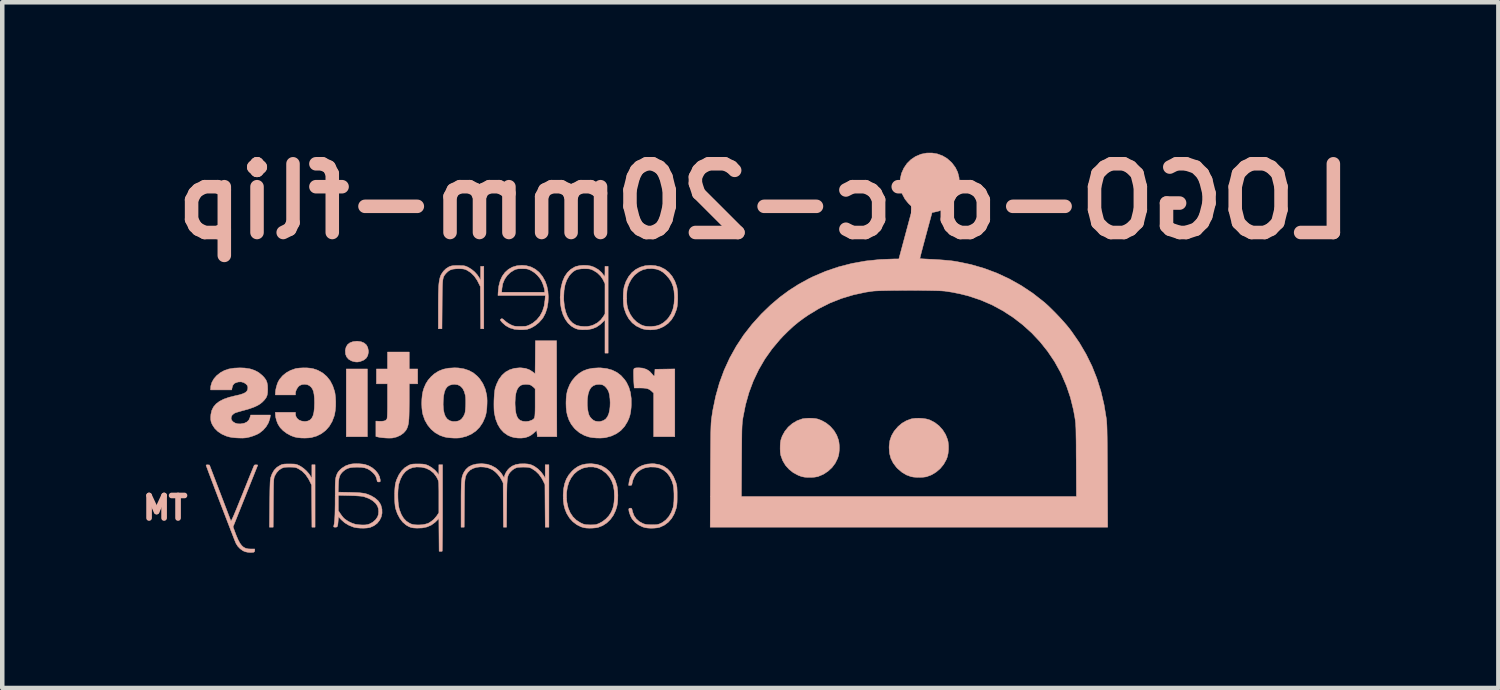
<source format=kicad_pcb>
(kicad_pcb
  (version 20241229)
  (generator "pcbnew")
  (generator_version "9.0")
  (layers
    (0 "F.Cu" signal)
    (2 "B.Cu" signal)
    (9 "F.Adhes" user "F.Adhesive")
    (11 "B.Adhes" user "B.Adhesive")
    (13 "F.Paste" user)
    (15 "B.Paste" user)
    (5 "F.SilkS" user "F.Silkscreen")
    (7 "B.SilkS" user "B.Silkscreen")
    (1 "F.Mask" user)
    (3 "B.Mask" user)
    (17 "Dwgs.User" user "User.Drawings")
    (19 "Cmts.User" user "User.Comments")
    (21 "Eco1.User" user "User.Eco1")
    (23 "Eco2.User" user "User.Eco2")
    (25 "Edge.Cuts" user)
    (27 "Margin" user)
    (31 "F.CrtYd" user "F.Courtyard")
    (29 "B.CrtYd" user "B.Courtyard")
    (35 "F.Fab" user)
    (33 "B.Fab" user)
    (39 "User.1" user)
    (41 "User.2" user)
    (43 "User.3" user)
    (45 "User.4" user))
  (footprint "LOGO-orc-20mm-flip"
    (layer "F.Cu")
    (at 11.614 4.466)
    (property "Reference" "LOGO-orc-20mm-flip" (at 2.286 -3.048 0) (layer "B.SilkS") (effects (font (size 1.524 1.524) (thickness 0.3)) (justify mirror)))
    (attr through_hole)
    (fp_poly (pts (xy -6.983 2.171) (xy -6.514 2.171) (xy -6.514 0.669) (xy -6.983 0.669) (xy -6.983 2.171)) (stroke (width 0.01) (type solid)) (fill yes) (layer "B.SilkS"))
    (fp_poly (pts (xy -6.832 0.062) (xy -6.901 0.087) (xy -6.953 0.127) (xy -6.987 0.184) (xy -7.004 0.254) (xy -7.004 0.264) (xy -6.999 0.339) (xy -6.974 0.402) (xy -6.93 0.453) (xy -6.868 0.489) (xy -6.819 0.504) (xy -6.772 0.513) (xy -6.734 0.514) (xy -6.694 0.508) (xy -6.665 0.5) (xy -6.594 0.471) (xy -6.54 0.428) (xy -6.507 0.372) (xy -6.492 0.302) (xy -6.492 0.264) (xy -6.507 0.191) (xy -6.539 0.133) (xy -6.589 0.091) (xy -6.655 0.064) (xy -6.738 0.053) (xy -6.748 0.053) (xy -6.832 0.062)) (stroke (width 0.01) (type solid)) (fill yes) (layer "B.SilkS"))
    (fp_poly (pts (xy -0.544 0.644) (xy -0.579 0.649) (xy -0.599 0.661) (xy -0.608 0.686) (xy -0.61 0.726) (xy -0.61 0.761) (xy -0.609 0.822) (xy -0.607 0.893) (xy -0.604 0.962) (xy -0.603 0.977) (xy -0.595 1.091) (xy -0.475 1.09) (xy -0.396 1.092) (xy -0.334 1.098) (xy -0.286 1.111) (xy -0.247 1.131) (xy -0.211 1.16) (xy -0.164 1.205) (xy -0.164 2.171) (xy 0.305 2.171) (xy 0.305 0.668) (xy -0.135 0.675) (xy -0.139 0.745) (xy -0.142 0.784) (xy -0.147 0.814) (xy -0.151 0.825) (xy -0.163 0.822) (xy -0.181 0.803) (xy -0.192 0.788) (xy -0.251 0.724) (xy -0.323 0.677) (xy -0.407 0.65) (xy -0.49 0.643) (xy -0.544 0.644)) (stroke (width 0.01) (type solid)) (fill yes) (layer "B.SilkS"))
    (fp_poly (pts (xy -6.068 0.669) (xy -6.314 0.669) (xy -6.314 0.998) (xy -6.068 0.998) (xy -6.068 1.373) (xy -6.068 1.497) (xy -6.069 1.598) (xy -6.071 1.676) (xy -6.074 1.732) (xy -6.078 1.766) (xy -6.081 1.777) (xy -6.103 1.805) (xy -6.141 1.822) (xy -6.196 1.829) (xy -6.243 1.829) (xy -6.326 1.825) (xy -6.326 2.167) (xy -6.264 2.181) (xy -6.22 2.189) (xy -6.162 2.195) (xy -6.098 2.2) (xy -6.037 2.202) (xy -5.985 2.201) (xy -5.956 2.199) (xy -5.863 2.176) (xy -5.78 2.138) (xy -5.711 2.088) (xy -5.658 2.027) (xy -5.636 1.986) (xy -5.623 1.953) (xy -5.613 1.918) (xy -5.604 1.877) (xy -5.598 1.828) (xy -5.593 1.769) (xy -5.59 1.696) (xy -5.588 1.608) (xy -5.587 1.501) (xy -5.586 1.388) (xy -5.586 0.998) (xy -5.399 0.998) (xy -5.399 0.669) (xy -5.586 0.669) (xy -5.586 0.293) (xy -6.068 0.293) (xy -6.068 0.669)) (stroke (width 0.01) (type solid)) (fill yes) (layer "B.SilkS"))
    (fp_poly (pts (xy 5.64 1.763) (xy 5.57 1.772) (xy 5.544 1.778) (xy 5.438 1.818) (xy 5.344 1.873) (xy 5.257 1.947) (xy 5.252 1.953) (xy 5.171 2.048) (xy 5.113 2.148) (xy 5.076 2.256) (xy 5.06 2.374) (xy 5.059 2.418) (xy 5.068 2.54) (xy 5.098 2.652) (xy 5.149 2.754) (xy 5.221 2.85) (xy 5.252 2.882) (xy 5.346 2.962) (xy 5.446 3.021) (xy 5.546 3.057) (xy 5.603 3.067) (xy 5.673 3.072) (xy 5.749 3.073) (xy 5.821 3.069) (xy 5.881 3.061) (xy 5.895 3.057) (xy 6.003 3.016) (xy 6.104 2.954) (xy 6.194 2.876) (xy 6.269 2.784) (xy 6.326 2.682) (xy 6.35 2.62) (xy 6.367 2.544) (xy 6.376 2.456) (xy 6.376 2.366) (xy 6.367 2.282) (xy 6.356 2.236) (xy 6.312 2.124) (xy 6.248 2.022) (xy 6.168 1.932) (xy 6.073 1.858) (xy 5.968 1.803) (xy 5.944 1.794) (xy 5.881 1.777) (xy 5.803 1.766) (xy 5.72 1.761) (xy 5.64 1.763)) (stroke (width 0.01) (type solid)) (fill yes) (layer "B.SilkS"))
    (fp_poly (pts (xy 3.203 1.765) (xy 3.141 1.773) (xy 3.127 1.777) (xy 3.014 1.818) (xy 2.911 1.88) (xy 2.821 1.958) (xy 2.746 2.051) (xy 2.688 2.156) (xy 2.657 2.245) (xy 2.648 2.298) (xy 2.643 2.367) (xy 2.642 2.441) (xy 2.645 2.512) (xy 2.653 2.572) (xy 2.657 2.589) (xy 2.699 2.703) (xy 2.761 2.807) (xy 2.841 2.896) (xy 2.936 2.971) (xy 3.046 3.029) (xy 3.121 3.056) (xy 3.181 3.068) (xy 3.254 3.074) (xy 3.333 3.074) (xy 3.409 3.068) (xy 3.472 3.057) (xy 3.486 3.053) (xy 3.6 3.005) (xy 3.702 2.938) (xy 3.791 2.856) (xy 3.863 2.76) (xy 3.916 2.653) (xy 3.938 2.585) (xy 3.946 2.54) (xy 3.952 2.483) (xy 3.955 2.425) (xy 3.955 2.418) (xy 3.953 2.361) (xy 3.947 2.303) (xy 3.939 2.255) (xy 3.938 2.25) (xy 3.897 2.138) (xy 3.836 2.035) (xy 3.757 1.945) (xy 3.664 1.869) (xy 3.558 1.81) (xy 3.475 1.779) (xy 3.42 1.768) (xy 3.351 1.762) (xy 3.275 1.761) (xy 3.203 1.765)) (stroke (width 0.01) (type solid)) (fill yes) (layer "B.SilkS"))
    (fp_poly (pts (xy -4.564 -1.625) (xy -4.61 -1.623) (xy -4.644 -1.618) (xy -4.674 -1.61) (xy -4.703 -1.598) (xy -4.77 -1.556) (xy -4.829 -1.498) (xy -4.875 -1.43) (xy -4.892 -1.394) (xy -4.903 -1.359) (xy -4.913 -1.32) (xy -4.921 -1.275) (xy -4.928 -1.222) (xy -4.933 -1.158) (xy -4.936 -1.08) (xy -4.939 -0.988) (xy -4.94 -0.878) (xy -4.941 -0.748) (xy -4.941 -0.678) (xy -4.941 -0.223) (xy -4.86 -0.223) (xy -4.856 -0.76) (xy -4.855 -0.894) (xy -4.854 -1.006) (xy -4.852 -1.099) (xy -4.85 -1.176) (xy -4.847 -1.238) (xy -4.843 -1.287) (xy -4.837 -1.326) (xy -4.83 -1.357) (xy -4.82 -1.382) (xy -4.809 -1.404) (xy -4.794 -1.424) (xy -4.777 -1.445) (xy -4.77 -1.453) (xy -4.726 -1.496) (xy -4.679 -1.526) (xy -4.623 -1.545) (xy -4.553 -1.553) (xy -4.495 -1.555) (xy -4.437 -1.554) (xy -4.395 -1.551) (xy -4.363 -1.545) (xy -4.333 -1.535) (xy -4.303 -1.521) (xy -4.219 -1.467) (xy -4.143 -1.392) (xy -4.079 -1.299) (xy -4.059 -1.26) (xy -4.008 -1.158) (xy -4.004 -0.69) (xy -4.001 -0.223) (xy -3.932 -0.223) (xy -3.932 -1.608) (xy -4.002 -1.608) (xy -4.003 -1.452) (xy -4.003 -1.297) (xy -4.033 -1.355) (xy -4.077 -1.42) (xy -4.136 -1.485) (xy -4.205 -1.542) (xy -4.275 -1.585) (xy -4.28 -1.588) (xy -4.316 -1.604) (xy -4.345 -1.615) (xy -4.374 -1.621) (xy -4.411 -1.624) (xy -4.46 -1.625) (xy -4.501 -1.625) (xy -4.564 -1.625)) (stroke (width 0.01) (type solid)) (fill yes) (layer "B.SilkS"))
    (fp_poly (pts (xy -8.308 2.776) (xy -8.354 2.778) (xy -8.388 2.783) (xy -8.417 2.791) (xy -8.444 2.803) (xy -8.521 2.85) (xy -8.582 2.913) (xy -8.629 2.995) (xy -8.656 3.069) (xy -8.661 3.089) (xy -8.665 3.113) (xy -8.669 3.143) (xy -8.672 3.182) (xy -8.674 3.232) (xy -8.676 3.295) (xy -8.678 3.373) (xy -8.679 3.469) (xy -8.681 3.584) (xy -8.682 3.659) (xy -8.687 4.178) (xy -8.604 4.178) (xy -8.6 3.641) (xy -8.599 3.514) (xy -8.598 3.408) (xy -8.597 3.322) (xy -8.596 3.252) (xy -8.594 3.196) (xy -8.592 3.153) (xy -8.59 3.12) (xy -8.586 3.095) (xy -8.583 3.076) (xy -8.578 3.06) (xy -8.573 3.047) (xy -8.531 2.972) (xy -8.475 2.911) (xy -8.418 2.873) (xy -8.388 2.861) (xy -8.358 2.852) (xy -8.322 2.848) (xy -8.272 2.846) (xy -8.239 2.846) (xy -8.181 2.847) (xy -8.14 2.849) (xy -8.108 2.855) (xy -8.078 2.865) (xy -8.047 2.88) (xy -7.962 2.934) (xy -7.886 3.01) (xy -7.822 3.104) (xy -7.802 3.141) (xy -7.752 3.243) (xy -7.748 3.711) (xy -7.745 4.178) (xy -7.675 4.178) (xy -7.675 2.793) (xy -7.746 2.793) (xy -7.746 2.949) (xy -7.746 3.104) (xy -7.772 3.052) (xy -7.811 2.993) (xy -7.865 2.932) (xy -7.928 2.875) (xy -7.993 2.83) (xy -8.023 2.814) (xy -8.059 2.797) (xy -8.088 2.787) (xy -8.118 2.78) (xy -8.154 2.777) (xy -8.203 2.776) (xy -8.245 2.776) (xy -8.308 2.776)) (stroke (width 0.01) (type solid)) (fill yes) (layer "B.SilkS"))
    (fp_poly (pts (xy -9.009 2.796) (xy -9.025 2.804) (xy -9.03 2.817) (xy -9.044 2.85) (xy -9.065 2.901) (xy -9.092 2.967) (xy -9.125 3.047) (xy -9.162 3.139) (xy -9.203 3.242) (xy -9.248 3.352) (xy -9.283 3.441) (xy -9.338 3.575) (xy -9.384 3.689) (xy -9.423 3.785) (xy -9.455 3.862) (xy -9.481 3.924) (xy -9.502 3.97) (xy -9.518 4.004) (xy -9.529 4.026) (xy -9.537 4.037) (xy -9.542 4.039) (xy -9.544 4.036) (xy -9.55 4.02) (xy -9.564 3.984) (xy -9.584 3.931) (xy -9.611 3.861) (xy -9.642 3.779) (xy -9.678 3.685) (xy -9.718 3.581) (xy -9.76 3.471) (xy -9.786 3.403) (xy -10.017 2.799) (xy -10.055 2.795) (xy -10.081 2.796) (xy -10.093 2.802) (xy -10.093 2.803) (xy -10.089 2.816) (xy -10.077 2.849) (xy -10.058 2.9) (xy -10.034 2.967) (xy -10.003 3.047) (xy -9.969 3.139) (xy -9.93 3.241) (xy -9.889 3.35) (xy -9.845 3.465) (xy -9.8 3.583) (xy -9.754 3.703) (xy -9.708 3.823) (xy -9.663 3.939) (xy -9.62 4.051) (xy -9.579 4.157) (xy -9.542 4.254) (xy -9.508 4.34) (xy -9.48 4.413) (xy -9.457 4.472) (xy -9.44 4.513) (xy -9.43 4.536) (xy -9.43 4.537) (xy -9.389 4.602) (xy -9.335 4.658) (xy -9.273 4.702) (xy -9.224 4.723) (xy -9.166 4.735) (xy -9.104 4.74) (xy -9.049 4.736) (xy -9.034 4.733) (xy -9.017 4.718) (xy -9.013 4.695) (xy -9.013 4.662) (xy -9.098 4.662) (xy -9.161 4.659) (xy -9.215 4.646) (xy -9.262 4.622) (xy -9.304 4.584) (xy -9.343 4.531) (xy -9.381 4.46) (xy -9.42 4.37) (xy -9.448 4.297) (xy -9.494 4.171) (xy -8.945 2.799) (xy -8.981 2.795) (xy -9.009 2.796)) (stroke (width 0.01) (type solid)) (fill yes) (layer "B.SilkS"))
    (fp_poly (pts (xy -8.014 0.648) (xy -8.084 0.656) (xy -8.115 0.663) (xy -8.219 0.7) (xy -8.313 0.752) (xy -8.394 0.818) (xy -8.459 0.894) (xy -8.495 0.955) (xy -8.517 1.012) (xy -8.536 1.077) (xy -8.55 1.143) (xy -8.555 1.197) (xy -8.555 1.2) (xy -8.556 1.244) (xy -8.11 1.244) (xy -8.11 1.205) (xy -8.101 1.157) (xy -8.077 1.105) (xy -8.044 1.059) (xy -8.017 1.036) (xy -7.967 1.015) (xy -7.908 1.008) (xy -7.849 1.016) (xy -7.804 1.036) (xy -7.764 1.069) (xy -7.734 1.11) (xy -7.712 1.163) (xy -7.698 1.23) (xy -7.69 1.314) (xy -7.687 1.418) (xy -7.687 1.42) (xy -7.691 1.535) (xy -7.701 1.629) (xy -7.72 1.704) (xy -7.748 1.76) (xy -7.785 1.799) (xy -7.833 1.823) (xy -7.892 1.833) (xy -7.91 1.833) (xy -7.976 1.824) (xy -8.033 1.8) (xy -8.076 1.762) (xy -8.103 1.714) (xy -8.11 1.671) (xy -8.11 1.631) (xy -8.556 1.631) (xy -8.555 1.675) (xy -8.549 1.735) (xy -8.532 1.805) (xy -8.506 1.874) (xy -8.495 1.897) (xy -8.449 1.969) (xy -8.383 2.037) (xy -8.303 2.097) (xy -8.213 2.146) (xy -8.133 2.176) (xy -8.067 2.19) (xy -7.986 2.199) (xy -7.901 2.201) (xy -7.818 2.197) (xy -7.76 2.19) (xy -7.64 2.156) (xy -7.533 2.102) (xy -7.439 2.03) (xy -7.361 1.942) (xy -7.298 1.836) (xy -7.252 1.716) (xy -7.241 1.675) (xy -7.227 1.592) (xy -7.218 1.496) (xy -7.217 1.394) (xy -7.222 1.295) (xy -7.233 1.206) (xy -7.241 1.167) (xy -7.284 1.039) (xy -7.342 0.928) (xy -7.417 0.834) (xy -7.506 0.758) (xy -7.611 0.699) (xy -7.716 0.663) (xy -7.777 0.652) (xy -7.852 0.645) (xy -7.934 0.644) (xy -8.014 0.648)) (stroke (width 0.01) (type solid)) (fill yes) (layer "B.SilkS"))
    (fp_poly (pts (xy -2.79 0.408) (xy -2.794 0.774) (xy -2.854 0.728) (xy -2.928 0.683) (xy -3.01 0.655) (xy -3.104 0.644) (xy -3.138 0.643) (xy -3.254 0.654) (xy -3.358 0.686) (xy -3.45 0.737) (xy -3.529 0.808) (xy -3.596 0.898) (xy -3.649 1.008) (xy -3.68 1.099) (xy -3.689 1.146) (xy -3.696 1.21) (xy -3.702 1.287) (xy -3.706 1.37) (xy -3.707 1.454) (xy -3.706 1.534) (xy -3.703 1.603) (xy -3.697 1.652) (xy -3.667 1.784) (xy -3.622 1.899) (xy -3.563 1.997) (xy -3.49 2.076) (xy -3.404 2.137) (xy -3.325 2.172) (xy -3.255 2.19) (xy -3.177 2.2) (xy -3.099 2.201) (xy -3.03 2.194) (xy -3.007 2.189) (xy -2.941 2.167) (xy -2.888 2.139) (xy -2.837 2.101) (xy -2.816 2.081) (xy -2.759 2.028) (xy -2.751 2.1) (xy -2.743 2.171) (xy -2.312 2.171) (xy -2.315 1.108) (xy -2.793 1.108) (xy -2.793 1.42) (xy -2.793 1.519) (xy -2.794 1.597) (xy -2.796 1.657) (xy -2.799 1.703) (xy -2.805 1.736) (xy -2.813 1.759) (xy -2.824 1.775) (xy -2.84 1.788) (xy -2.859 1.8) (xy -2.867 1.804) (xy -2.93 1.827) (xy -2.999 1.835) (xy -3.067 1.829) (xy -3.124 1.809) (xy -3.128 1.806) (xy -3.167 1.773) (xy -3.196 1.723) (xy -3.218 1.655) (xy -3.232 1.568) (xy -3.238 1.461) (xy -3.239 1.414) (xy -3.233 1.298) (xy -3.218 1.2) (xy -3.192 1.123) (xy -3.155 1.066) (xy -3.109 1.03) (xy -3.106 1.029) (xy -3.063 1.016) (xy -3.007 1.01) (xy -2.951 1.012) (xy -2.904 1.021) (xy -2.903 1.022) (xy -2.873 1.038) (xy -2.84 1.063) (xy -2.831 1.071) (xy -2.793 1.108) (xy -2.315 1.108) (xy -2.315 1.106) (xy -2.318 0.041) (xy -2.787 0.041) (xy -2.79 0.408)) (stroke (width 0.01) (type solid)) (fill yes) (layer "B.SilkS"))
    (fp_poly (pts (xy -4.715 0.651) (xy -4.832 0.675) (xy -4.936 0.717) (xy -5.03 0.777) (xy -5.099 0.838) (xy -5.167 0.916) (xy -5.219 0.999) (xy -5.26 1.094) (xy -5.283 1.17) (xy -5.297 1.247) (xy -5.306 1.339) (xy -5.309 1.438) (xy -5.305 1.535) (xy -5.295 1.623) (xy -5.283 1.68) (xy -5.24 1.803) (xy -5.178 1.912) (xy -5.101 2.005) (xy -5.009 2.083) (xy -4.904 2.142) (xy -4.806 2.176) (xy -4.747 2.188) (xy -4.675 2.196) (xy -4.597 2.201) (xy -4.523 2.201) (xy -4.461 2.197) (xy -4.452 2.195) (xy -4.324 2.164) (xy -4.21 2.114) (xy -4.11 2.046) (xy -4.025 1.96) (xy -3.956 1.857) (xy -3.904 1.739) (xy -3.885 1.673) (xy -3.874 1.614) (xy -3.865 1.54) (xy -3.861 1.458) (xy -3.86 1.43) (xy -4.333 1.43) (xy -4.335 1.501) (xy -4.34 1.568) (xy -4.346 1.623) (xy -4.353 1.656) (xy -4.38 1.716) (xy -4.418 1.77) (xy -4.45 1.799) (xy -4.499 1.823) (xy -4.56 1.834) (xy -4.624 1.833) (xy -4.682 1.818) (xy -4.694 1.813) (xy -4.744 1.777) (xy -4.783 1.725) (xy -4.81 1.655) (xy -4.827 1.568) (xy -4.834 1.46) (xy -4.832 1.376) (xy -4.823 1.268) (xy -4.806 1.18) (xy -4.779 1.112) (xy -4.741 1.062) (xy -4.692 1.03) (xy -4.631 1.013) (xy -4.581 1.009) (xy -4.509 1.019) (xy -4.449 1.05) (xy -4.401 1.1) (xy -4.365 1.171) (xy -4.342 1.253) (xy -4.336 1.299) (xy -4.333 1.36) (xy -4.333 1.43) (xy -3.86 1.43) (xy -3.859 1.377) (xy -3.862 1.303) (xy -3.868 1.248) (xy -3.901 1.113) (xy -3.953 0.993) (xy -4.022 0.889) (xy -4.072 0.833) (xy -4.161 0.758) (xy -4.261 0.703) (xy -4.372 0.666) (xy -4.497 0.646) (xy -4.583 0.643) (xy -4.715 0.651)) (stroke (width 0.01) (type solid)) (fill yes) (layer "B.SilkS"))
    (fp_poly (pts (xy -1.807 -1.624) (xy -1.884 -1.606) (xy -1.915 -1.594) (xy -2.004 -1.54) (xy -2.079 -1.468) (xy -2.14 -1.378) (xy -2.186 -1.269) (xy -2.218 -1.141) (xy -2.23 -1.056) (xy -2.238 -0.912) (xy -2.231 -0.776) (xy -2.21 -0.65) (xy -2.174 -0.535) (xy -2.125 -0.435) (xy -2.064 -0.35) (xy -1.99 -0.282) (xy -1.928 -0.244) (xy -1.885 -0.225) (xy -1.847 -0.213) (xy -1.805 -0.206) (xy -1.75 -0.202) (xy -1.743 -0.202) (xy -1.626 -0.204) (xy -1.524 -0.224) (xy -1.433 -0.261) (xy -1.351 -0.317) (xy -1.312 -0.353) (xy -1.244 -0.421) (xy -1.244 0.317) (xy -1.174 0.317) (xy -1.174 -1.223) (xy -1.244 -1.223) (xy -1.244 -0.89) (xy -1.244 -0.557) (xy -1.278 -0.498) (xy -1.337 -0.42) (xy -1.412 -0.355) (xy -1.502 -0.307) (xy -1.567 -0.286) (xy -1.632 -0.275) (xy -1.706 -0.273) (xy -1.782 -0.279) (xy -1.85 -0.292) (xy -1.886 -0.304) (xy -1.962 -0.35) (xy -2.026 -0.415) (xy -2.078 -0.5) (xy -2.117 -0.602) (xy -2.144 -0.72) (xy -2.158 -0.855) (xy -2.159 -0.928) (xy -2.152 -1.071) (xy -2.13 -1.196) (xy -2.092 -1.304) (xy -2.039 -1.396) (xy -2.001 -1.442) (xy -1.95 -1.49) (xy -1.898 -1.523) (xy -1.839 -1.543) (xy -1.766 -1.553) (xy -1.702 -1.555) (xy -1.644 -1.554) (xy -1.603 -1.552) (xy -1.57 -1.546) (xy -1.539 -1.535) (xy -1.502 -1.519) (xy -1.415 -1.465) (xy -1.342 -1.394) (xy -1.285 -1.309) (xy -1.28 -1.297) (xy -1.244 -1.223) (xy -1.174 -1.223) (xy -1.174 -1.608) (xy -1.244 -1.608) (xy -1.244 -1.488) (xy -1.245 -1.434) (xy -1.247 -1.401) (xy -1.25 -1.386) (xy -1.255 -1.385) (xy -1.259 -1.391) (xy -1.319 -1.471) (xy -1.395 -1.538) (xy -1.484 -1.589) (xy -1.553 -1.614) (xy -1.634 -1.628) (xy -1.721 -1.631) (xy -1.807 -1.624)) (stroke (width 0.01) (type solid)) (fill yes) (layer "B.SilkS"))
    (fp_poly (pts (xy -1.516 0.652) (xy -1.632 0.675) (xy -1.734 0.715) (xy -1.825 0.772) (xy -1.905 0.845) (xy -1.972 0.925) (xy -2.023 1.01) (xy -2.063 1.106) (xy -2.08 1.158) (xy -2.096 1.236) (xy -2.105 1.328) (xy -2.108 1.427) (xy -2.105 1.527) (xy -2.095 1.618) (xy -2.079 1.695) (xy -2.079 1.695) (xy -2.041 1.804) (xy -1.991 1.897) (xy -1.926 1.98) (xy -1.901 2.006) (xy -1.807 2.085) (xy -1.701 2.143) (xy -1.602 2.177) (xy -1.527 2.191) (xy -1.44 2.199) (xy -1.35 2.201) (xy -1.267 2.196) (xy -1.226 2.19) (xy -1.099 2.155) (xy -0.987 2.102) (xy -0.891 2.032) (xy -0.811 1.945) (xy -0.747 1.84) (xy -0.745 1.837) (xy -0.712 1.763) (xy -0.689 1.692) (xy -0.674 1.617) (xy -0.664 1.529) (xy -0.661 1.466) (xy -0.661 1.418) (xy -1.129 1.418) (xy -1.132 1.504) (xy -1.138 1.563) (xy -1.157 1.654) (xy -1.187 1.726) (xy -1.228 1.779) (xy -1.282 1.814) (xy -1.338 1.831) (xy -1.37 1.836) (xy -1.401 1.835) (xy -1.441 1.829) (xy -1.461 1.825) (xy -1.498 1.808) (xy -1.537 1.776) (xy -1.573 1.735) (xy -1.598 1.692) (xy -1.615 1.636) (xy -1.628 1.562) (xy -1.636 1.48) (xy -1.637 1.394) (xy -1.632 1.317) (xy -1.616 1.217) (xy -1.589 1.138) (xy -1.551 1.078) (xy -1.501 1.038) (xy -1.44 1.016) (xy -1.408 1.012) (xy -1.362 1.011) (xy -1.318 1.016) (xy -1.298 1.021) (xy -1.254 1.046) (xy -1.212 1.088) (xy -1.177 1.142) (xy -1.158 1.186) (xy -1.143 1.251) (xy -1.133 1.331) (xy -1.129 1.418) (xy -0.661 1.418) (xy -0.662 1.32) (xy -0.68 1.189) (xy -0.715 1.072) (xy -0.767 0.965) (xy -0.809 0.904) (xy -0.889 0.814) (xy -0.981 0.744) (xy -1.086 0.693) (xy -1.204 0.66) (xy -1.336 0.645) (xy -1.385 0.644) (xy -1.516 0.652)) (stroke (width 0.01) (type solid)) (fill yes) (layer "B.SilkS"))
    (fp_poly (pts (xy -1.667 2.776) (xy -1.759 2.796) (xy -1.841 2.831) (xy -1.918 2.883) (xy -1.975 2.935) (xy -2.046 3.018) (xy -2.1 3.109) (xy -2.138 3.212) (xy -2.162 3.328) (xy -2.171 3.461) (xy -2.171 3.486) (xy -2.167 3.597) (xy -2.154 3.692) (xy -2.131 3.779) (xy -2.097 3.864) (xy -2.089 3.88) (xy -2.031 3.974) (xy -1.957 4.056) (xy -1.871 4.122) (xy -1.776 4.17) (xy -1.712 4.189) (xy -1.657 4.197) (xy -1.589 4.2) (xy -1.516 4.198) (xy -1.448 4.192) (xy -1.398 4.183) (xy -1.297 4.144) (xy -1.206 4.085) (xy -1.126 4.008) (xy -1.059 3.915) (xy -1.008 3.808) (xy -0.979 3.714) (xy -0.967 3.646) (xy -0.96 3.562) (xy -0.959 3.493) (xy -1.035 3.493) (xy -1.036 3.531) (xy -1.042 3.618) (xy -1.052 3.689) (xy -1.068 3.752) (xy -1.092 3.814) (xy -1.113 3.857) (xy -1.16 3.929) (xy -1.224 3.996) (xy -1.299 4.054) (xy -1.378 4.097) (xy -1.439 4.119) (xy -1.472 4.124) (xy -1.519 4.126) (xy -1.573 4.127) (xy -1.594 4.126) (xy -1.649 4.124) (xy -1.691 4.118) (xy -1.727 4.108) (xy -1.767 4.09) (xy -1.789 4.08) (xy -1.88 4.022) (xy -1.956 3.947) (xy -2.017 3.855) (xy -2.061 3.748) (xy -2.088 3.626) (xy -2.097 3.544) (xy -2.096 3.412) (xy -2.078 3.29) (xy -2.043 3.178) (xy -1.993 3.08) (xy -1.928 2.996) (xy -1.849 2.928) (xy -1.758 2.879) (xy -1.717 2.864) (xy -1.609 2.842) (xy -1.503 2.842) (xy -1.403 2.866) (xy -1.309 2.911) (xy -1.223 2.978) (xy -1.214 2.986) (xy -1.145 3.066) (xy -1.094 3.155) (xy -1.059 3.253) (xy -1.04 3.365) (xy -1.035 3.493) (xy -0.959 3.493) (xy -0.958 3.472) (xy -0.962 3.383) (xy -0.97 3.303) (xy -0.979 3.257) (xy -1.018 3.136) (xy -1.074 3.03) (xy -1.144 2.941) (xy -1.228 2.869) (xy -1.324 2.816) (xy -1.431 2.783) (xy -1.548 2.77) (xy -1.559 2.77) (xy -1.667 2.776)) (stroke (width 0.01) (type solid)) (fill yes) (layer "B.SilkS"))
    (fp_poly (pts (xy -0.355 -1.621) (xy -0.464 -1.589) (xy -0.562 -1.538) (xy -0.648 -1.468) (xy -0.72 -1.379) (xy -0.778 -1.273) (xy -0.817 -1.161) (xy -0.828 -1.103) (xy -0.836 -1.029) (xy -0.839 -0.945) (xy -0.838 -0.859) (xy -0.834 -0.778) (xy -0.825 -0.707) (xy -0.817 -0.669) (xy -0.773 -0.548) (xy -0.714 -0.443) (xy -0.639 -0.355) (xy -0.549 -0.285) (xy -0.445 -0.234) (xy -0.4 -0.218) (xy -0.325 -0.204) (xy -0.239 -0.199) (xy -0.151 -0.204) (xy -0.071 -0.219) (xy -0.047 -0.226) (xy 0.061 -0.275) (xy 0.154 -0.341) (xy 0.232 -0.425) (xy 0.294 -0.527) (xy 0.341 -0.647) (xy 0.348 -0.67) (xy 0.359 -0.728) (xy 0.366 -0.802) (xy 0.37 -0.885) (xy 0.369 -0.915) (xy 0.297 -0.915) (xy 0.288 -0.779) (xy 0.264 -0.659) (xy 0.222 -0.553) (xy 0.162 -0.462) (xy 0.127 -0.422) (xy 0.052 -0.357) (xy -0.025 -0.312) (xy -0.11 -0.285) (xy -0.208 -0.274) (xy -0.267 -0.274) (xy -0.324 -0.277) (xy -0.366 -0.284) (xy -0.403 -0.294) (xy -0.444 -0.312) (xy -0.453 -0.316) (xy -0.541 -0.373) (xy -0.618 -0.448) (xy -0.681 -0.539) (xy -0.728 -0.642) (xy -0.745 -0.698) (xy -0.755 -0.753) (xy -0.761 -0.823) (xy -0.763 -0.902) (xy -0.762 -0.982) (xy -0.757 -1.055) (xy -0.749 -1.116) (xy -0.745 -1.132) (xy -0.71 -1.229) (xy -0.661 -1.32) (xy -0.6 -1.4) (xy -0.575 -1.424) (xy -0.49 -1.49) (xy -0.399 -1.534) (xy -0.301 -1.556) (xy -0.195 -1.558) (xy -0.105 -1.546) (xy -0.029 -1.52) (xy 0.04 -1.479) (xy 0.109 -1.418) (xy 0.112 -1.415) (xy 0.18 -1.337) (xy 0.231 -1.255) (xy 0.266 -1.166) (xy 0.287 -1.065) (xy 0.296 -0.948) (xy 0.297 -0.915) (xy 0.369 -0.915) (xy 0.369 -0.971) (xy 0.365 -1.052) (xy 0.356 -1.122) (xy 0.348 -1.161) (xy 0.304 -1.283) (xy 0.245 -1.387) (xy 0.171 -1.475) (xy 0.085 -1.543) (xy -0.014 -1.593) (xy -0.124 -1.622) (xy -0.235 -1.631) (xy -0.355 -1.621)) (stroke (width 0.01) (type solid)) (fill yes) (layer "B.SilkS"))
    (fp_poly (pts (xy -3.198 -1.621) (xy -3.298 -1.591) (xy -3.386 -1.541) (xy -3.461 -1.474) (xy -3.523 -1.389) (xy -3.569 -1.287) (xy -3.599 -1.171) (xy -3.611 -1.071) (xy -3.618 -0.962) (xy -2.567 -0.962) (xy -2.575 -0.858) (xy -2.594 -0.727) (xy -2.631 -0.61) (xy -2.686 -0.508) (xy -2.757 -0.421) (xy -2.844 -0.35) (xy -2.904 -0.316) (xy -2.941 -0.299) (xy -2.971 -0.287) (xy -3 -0.28) (xy -3.035 -0.277) (xy -3.084 -0.276) (xy -3.122 -0.276) (xy -3.182 -0.276) (xy -3.225 -0.278) (xy -3.257 -0.283) (xy -3.287 -0.292) (xy -3.319 -0.306) (xy -3.334 -0.313) (xy -3.384 -0.34) (xy -3.434 -0.375) (xy -3.468 -0.403) (xy -3.499 -0.431) (xy -3.52 -0.445) (xy -3.535 -0.447) (xy -3.546 -0.442) (xy -3.562 -0.43) (xy -3.565 -0.417) (xy -3.555 -0.399) (xy -3.53 -0.37) (xy -3.526 -0.364) (xy -3.447 -0.294) (xy -3.357 -0.243) (xy -3.254 -0.212) (xy -3.138 -0.201) (xy -3.118 -0.201) (xy -3.064 -0.202) (xy -3.013 -0.206) (xy -2.975 -0.21) (xy -2.966 -0.212) (xy -2.88 -0.243) (xy -2.794 -0.293) (xy -2.713 -0.358) (xy -2.643 -0.435) (xy -2.615 -0.474) (xy -2.564 -0.572) (xy -2.528 -0.684) (xy -2.507 -0.805) (xy -2.5 -0.93) (xy -2.508 -1.033) (xy -2.582 -1.033) (xy -3.536 -1.033) (xy -3.529 -1.122) (xy -3.511 -1.224) (xy -3.472 -1.319) (xy -3.415 -1.403) (xy -3.343 -1.473) (xy -3.265 -1.522) (xy -3.231 -1.538) (xy -3.201 -1.547) (xy -3.166 -1.553) (xy -3.121 -1.555) (xy -3.08 -1.555) (xy -3.025 -1.554) (xy -2.984 -1.552) (xy -2.952 -1.545) (xy -2.921 -1.533) (xy -2.885 -1.517) (xy -2.811 -1.47) (xy -2.741 -1.407) (xy -2.681 -1.334) (xy -2.647 -1.275) (xy -2.624 -1.222) (xy -2.604 -1.164) (xy -2.589 -1.109) (xy -2.582 -1.065) (xy -2.582 -1.059) (xy -2.582 -1.033) (xy -2.508 -1.033) (xy -2.509 -1.055) (xy -2.534 -1.175) (xy -2.571 -1.277) (xy -2.631 -1.385) (xy -2.704 -1.474) (xy -2.789 -1.544) (xy -2.884 -1.594) (xy -2.99 -1.623) (xy -3.086 -1.631) (xy -3.198 -1.621)) (stroke (width 0.01) (type solid)) (fill yes) (layer "B.SilkS"))
    (fp_poly (pts (xy -9.473 0.65) (xy -9.588 0.669) (xy -9.688 0.703) (xy -9.776 0.751) (xy -9.856 0.815) (xy -9.859 0.817) (xy -9.919 0.887) (xy -9.963 0.964) (xy -9.987 1.043) (xy -9.99 1.075) (xy -9.993 1.133) (xy -9.524 1.133) (xy -9.517 1.091) (xy -9.501 1.035) (xy -9.473 0.997) (xy -9.45 0.981) (xy -9.382 0.957) (xy -9.315 0.954) (xy -9.254 0.971) (xy -9.207 1.003) (xy -9.18 1.032) (xy -9.168 1.059) (xy -9.166 1.091) (xy -9.172 1.131) (xy -9.191 1.165) (xy -9.225 1.194) (xy -9.277 1.218) (xy -9.348 1.241) (xy -9.44 1.262) (xy -9.442 1.262) (xy -9.581 1.296) (xy -9.698 1.337) (xy -9.795 1.386) (xy -9.871 1.444) (xy -9.928 1.511) (xy -9.966 1.588) (xy -9.986 1.676) (xy -9.99 1.74) (xy -9.989 1.792) (xy -9.983 1.832) (xy -9.97 1.87) (xy -9.953 1.907) (xy -9.902 1.985) (xy -9.831 2.055) (xy -9.744 2.113) (xy -9.644 2.157) (xy -9.576 2.177) (xy -9.512 2.188) (xy -9.436 2.196) (xy -9.355 2.2) (xy -9.277 2.201) (xy -9.212 2.196) (xy -9.198 2.194) (xy -9.121 2.177) (xy -9.04 2.151) (xy -8.964 2.12) (xy -8.909 2.09) (xy -8.827 2.025) (xy -8.76 1.948) (xy -8.709 1.862) (xy -8.678 1.77) (xy -8.674 1.749) (xy -8.665 1.69) (xy -9.104 1.69) (xy -9.117 1.74) (xy -9.142 1.799) (xy -9.185 1.843) (xy -9.244 1.872) (xy -9.323 1.886) (xy -9.325 1.887) (xy -9.391 1.885) (xy -9.447 1.869) (xy -9.491 1.843) (xy -9.522 1.81) (xy -9.537 1.772) (xy -9.534 1.731) (xy -9.514 1.692) (xy -9.473 1.657) (xy -9.456 1.647) (xy -9.434 1.638) (xy -9.393 1.625) (xy -9.34 1.61) (xy -9.278 1.592) (xy -9.246 1.584) (xy -9.129 1.55) (xy -9.033 1.516) (xy -8.954 1.48) (xy -8.89 1.441) (xy -8.839 1.398) (xy -8.792 1.348) (xy -8.759 1.302) (xy -8.739 1.254) (xy -8.729 1.196) (xy -8.726 1.123) (xy -8.726 1.115) (xy -8.729 1.034) (xy -8.741 0.969) (xy -8.763 0.914) (xy -8.799 0.863) (xy -8.845 0.814) (xy -8.925 0.748) (xy -9.015 0.7) (xy -9.118 0.666) (xy -9.236 0.648) (xy -9.342 0.644) (xy -9.473 0.65)) (stroke (width 0.01) (type solid)) (fill yes) (layer "B.SilkS"))
    (fp_poly (pts (xy -0.311 2.779) (xy -0.415 2.808) (xy -0.505 2.853) (xy -0.582 2.914) (xy -0.643 2.99) (xy -0.687 3.078) (xy -0.71 3.177) (xy -0.711 3.184) (xy -0.719 3.251) (xy -0.684 3.251) (xy -0.662 3.249) (xy -0.65 3.24) (xy -0.644 3.216) (xy -0.64 3.195) (xy -0.624 3.13) (xy -0.594 3.062) (xy -0.556 2.999) (xy -0.515 2.952) (xy -0.443 2.899) (xy -0.362 2.864) (xy -0.268 2.846) (xy -0.235 2.843) (xy -0.125 2.846) (xy -0.026 2.87) (xy 0.061 2.914) (xy 0.135 2.977) (xy 0.196 3.059) (xy 0.244 3.161) (xy 0.265 3.228) (xy 0.276 3.283) (xy 0.283 3.354) (xy 0.287 3.435) (xy 0.287 3.52) (xy 0.285 3.602) (xy 0.278 3.675) (xy 0.269 3.733) (xy 0.267 3.741) (xy 0.228 3.848) (xy 0.174 3.941) (xy 0.107 4.017) (xy 0.028 4.076) (xy -0.003 4.091) (xy -0.038 4.107) (xy -0.068 4.116) (xy -0.101 4.122) (xy -0.143 4.124) (xy -0.201 4.125) (xy -0.205 4.125) (xy -0.27 4.123) (xy -0.318 4.12) (xy -0.357 4.112) (xy -0.393 4.101) (xy -0.4 4.098) (xy -0.484 4.053) (xy -0.552 3.992) (xy -0.603 3.917) (xy -0.634 3.83) (xy -0.635 3.822) (xy -0.644 3.784) (xy -0.652 3.765) (xy -0.665 3.757) (xy -0.682 3.756) (xy -0.707 3.759) (xy -0.715 3.774) (xy -0.716 3.789) (xy -0.71 3.832) (xy -0.693 3.886) (xy -0.67 3.943) (xy -0.643 3.993) (xy -0.634 4.005) (xy -0.573 4.073) (xy -0.495 4.13) (xy -0.408 4.172) (xy -0.352 4.189) (xy -0.295 4.197) (xy -0.227 4.201) (xy -0.156 4.199) (xy -0.09 4.193) (xy -0.038 4.183) (xy -0.029 4.18) (xy 0.073 4.133) (xy 0.16 4.068) (xy 0.234 3.984) (xy 0.292 3.882) (xy 0.335 3.762) (xy 0.337 3.756) (xy 0.345 3.719) (xy 0.351 3.679) (xy 0.355 3.629) (xy 0.357 3.565) (xy 0.357 3.483) (xy 0.357 3.474) (xy 0.357 3.398) (xy 0.355 3.34) (xy 0.353 3.296) (xy 0.348 3.26) (xy 0.341 3.228) (xy 0.332 3.194) (xy 0.325 3.175) (xy 0.277 3.058) (xy 0.216 2.961) (xy 0.142 2.884) (xy 0.056 2.826) (xy -0.043 2.789) (xy -0.154 2.771) (xy -0.198 2.77) (xy -0.311 2.779)) (stroke (width 0.01) (type solid)) (fill yes) (layer "B.SilkS"))
    (fp_poly (pts (xy -5.454 2.776) (xy -5.499 2.778) (xy -5.532 2.782) (xy -5.561 2.79) (xy -5.59 2.802) (xy -5.602 2.808) (xy -5.684 2.859) (xy -5.756 2.93) (xy -5.817 3.019) (xy -5.866 3.125) (xy -5.887 3.192) (xy -5.897 3.244) (xy -5.904 3.313) (xy -5.909 3.394) (xy -5.91 3.48) (xy -5.909 3.567) (xy -5.905 3.648) (xy -5.898 3.717) (xy -5.888 3.767) (xy -5.849 3.88) (xy -5.796 3.98) (xy -5.732 4.064) (xy -5.657 4.129) (xy -5.601 4.162) (xy -5.564 4.178) (xy -5.529 4.188) (xy -5.487 4.195) (xy -5.431 4.198) (xy -5.414 4.199) (xy -5.296 4.195) (xy -5.192 4.173) (xy -5.098 4.132) (xy -5.014 4.071) (xy -4.978 4.036) (xy -4.929 3.986) (xy -4.926 4.349) (xy -4.923 4.712) (xy -4.893 4.716) (xy -4.868 4.715) (xy -4.855 4.711) (xy -4.854 4.698) (xy -4.853 4.663) (xy -4.852 4.609) (xy -4.851 4.536) (xy -4.85 4.447) (xy -4.849 4.344) (xy -4.848 4.227) (xy -4.848 4.099) (xy -4.847 3.962) (xy -4.847 3.818) (xy -4.847 3.748) (xy -4.847 3.513) (xy -4.929 3.513) (xy -4.929 3.858) (xy -4.977 3.93) (xy -5.041 4.005) (xy -5.095 4.048) (xy -5.131 4.072) (xy -5.159 4.089) (xy -5.173 4.096) (xy -5.174 4.096) (xy -5.189 4.1) (xy -5.218 4.108) (xy -5.24 4.114) (xy -5.295 4.124) (xy -5.366 4.128) (xy -5.405 4.128) (xy -5.463 4.125) (xy -5.506 4.118) (xy -5.544 4.107) (xy -5.577 4.092) (xy -5.649 4.046) (xy -5.71 3.982) (xy -5.76 3.901) (xy -5.8 3.799) (xy -5.812 3.757) (xy -5.824 3.694) (xy -5.833 3.614) (xy -5.837 3.524) (xy -5.838 3.432) (xy -5.834 3.345) (xy -5.826 3.268) (xy -5.818 3.224) (xy -5.781 3.112) (xy -5.732 3.018) (xy -5.67 2.944) (xy -5.596 2.89) (xy -5.51 2.856) (xy -5.423 2.843) (xy -5.313 2.847) (xy -5.212 2.871) (xy -5.123 2.915) (xy -5.046 2.977) (xy -4.984 3.058) (xy -4.958 3.106) (xy -4.95 3.124) (xy -4.943 3.141) (xy -4.938 3.16) (xy -4.935 3.184) (xy -4.932 3.215) (xy -4.931 3.257) (xy -4.93 3.313) (xy -4.929 3.386) (xy -4.929 3.478) (xy -4.929 3.513) (xy -4.847 3.513) (xy -4.847 2.793) (xy -4.929 2.793) (xy -4.929 3.02) (xy -4.964 2.971) (xy -5.017 2.912) (xy -5.085 2.858) (xy -5.159 2.814) (xy -5.184 2.803) (xy -5.218 2.791) (xy -5.252 2.783) (xy -5.292 2.778) (xy -5.344 2.776) (xy -5.393 2.776) (xy -5.454 2.776)) (stroke (width 0.01) (type solid)) (fill yes) (layer "B.SilkS"))
    (fp_poly (pts (xy -4.098 2.777) (xy -4.191 2.801) (xy -4.268 2.84) (xy -4.329 2.896) (xy -4.369 2.954) (xy -4.384 2.983) (xy -4.397 3.012) (xy -4.407 3.042) (xy -4.416 3.076) (xy -4.422 3.116) (xy -4.427 3.165) (xy -4.431 3.224) (xy -4.433 3.297) (xy -4.435 3.386) (xy -4.436 3.492) (xy -4.436 3.619) (xy -4.436 3.67) (xy -4.436 4.178) (xy -4.367 4.178) (xy -4.363 3.653) (xy -4.362 3.52) (xy -4.361 3.408) (xy -4.359 3.315) (xy -4.357 3.239) (xy -4.354 3.177) (xy -4.349 3.127) (xy -4.343 3.088) (xy -4.336 3.056) (xy -4.326 3.029) (xy -4.315 3.006) (xy -4.301 2.983) (xy -4.284 2.96) (xy -4.234 2.91) (xy -4.169 2.874) (xy -4.092 2.85) (xy -4.008 2.841) (xy -3.921 2.845) (xy -3.834 2.863) (xy -3.753 2.897) (xy -3.738 2.906) (xy -3.683 2.946) (xy -3.628 3) (xy -3.577 3.063) (xy -3.538 3.127) (xy -3.536 3.131) (xy -3.503 3.198) (xy -3.5 3.688) (xy -3.496 4.178) (xy -3.428 4.178) (xy -3.424 3.647) (xy -3.423 3.512) (xy -3.422 3.399) (xy -3.42 3.305) (xy -3.418 3.227) (xy -3.414 3.164) (xy -3.41 3.114) (xy -3.404 3.074) (xy -3.396 3.043) (xy -3.386 3.017) (xy -3.374 2.995) (xy -3.36 2.974) (xy -3.342 2.953) (xy -3.339 2.95) (xy -3.303 2.915) (xy -3.259 2.883) (xy -3.242 2.874) (xy -3.214 2.862) (xy -3.185 2.853) (xy -3.15 2.849) (xy -3.102 2.847) (xy -3.057 2.846) (xy -2.999 2.847) (xy -2.958 2.849) (xy -2.927 2.854) (xy -2.899 2.863) (xy -2.869 2.877) (xy -2.857 2.884) (xy -2.782 2.934) (xy -2.711 3.003) (xy -2.651 3.086) (xy -2.618 3.145) (xy -2.576 3.233) (xy -2.573 3.706) (xy -2.569 4.178) (xy -2.488 4.178) (xy -2.488 2.793) (xy -2.57 2.793) (xy -2.57 2.943) (xy -2.57 3.092) (xy -2.605 3.032) (xy -2.66 2.956) (xy -2.73 2.886) (xy -2.808 2.83) (xy -2.839 2.814) (xy -2.881 2.795) (xy -2.918 2.784) (xy -2.959 2.777) (xy -3.012 2.773) (xy -3.03 2.772) (xy -3.136 2.774) (xy -3.225 2.79) (xy -3.301 2.822) (xy -3.362 2.866) (xy -3.398 2.904) (xy -3.432 2.951) (xy -3.457 2.998) (xy -3.472 3.039) (xy -3.474 3.054) (xy -3.478 3.073) (xy -3.489 3.07) (xy -3.505 3.048) (xy -3.512 3.034) (xy -3.546 2.981) (xy -3.596 2.925) (xy -3.654 2.875) (xy -3.681 2.856) (xy -3.771 2.809) (xy -3.866 2.78) (xy -3.972 2.77) (xy -3.989 2.77) (xy -4.098 2.777)) (stroke (width 0.01) (type solid)) (fill yes) (layer "B.SilkS"))
    (fp_poly (pts (xy -6.835 2.773) (xy -6.893 2.781) (xy -6.898 2.782) (xy -6.995 2.816) (xy -7.081 2.87) (xy -7.12 2.905) (xy -7.158 2.947) (xy -7.183 2.987) (xy -7.202 3.036) (xy -7.205 3.045) (xy -7.212 3.068) (xy -7.217 3.091) (xy -7.221 3.116) (xy -7.224 3.148) (xy -7.226 3.187) (xy -7.228 3.239) (xy -7.229 3.304) (xy -7.229 3.386) (xy -7.229 3.488) (xy -7.23 3.525) (xy -7.23 3.669) (xy -7.232 3.791) (xy -7.234 3.894) (xy -7.238 3.978) (xy -7.244 4.047) (xy -7.25 4.102) (xy -7.259 4.144) (xy -7.259 4.147) (xy -7.263 4.168) (xy -7.254 4.176) (xy -7.229 4.178) (xy -7.226 4.178) (xy -7.203 4.177) (xy -7.188 4.17) (xy -7.178 4.154) (xy -7.171 4.125) (xy -7.166 4.079) (xy -7.163 4.043) (xy -7.156 3.946) (xy -7.093 4.013) (xy -7.018 4.08) (xy -6.927 4.135) (xy -6.827 4.175) (xy -6.799 4.183) (xy -6.74 4.193) (xy -6.67 4.199) (xy -6.596 4.2) (xy -6.525 4.196) (xy -6.468 4.187) (xy -6.453 4.183) (xy -6.369 4.146) (xy -6.298 4.093) (xy -6.244 4.026) (xy -6.207 3.95) (xy -6.189 3.867) (xy -6.19 3.832) (xy -6.265 3.832) (xy -6.271 3.897) (xy -6.289 3.951) (xy -6.333 4.014) (xy -6.394 4.067) (xy -6.465 4.106) (xy -6.508 4.12) (xy -6.561 4.128) (xy -6.628 4.129) (xy -6.699 4.125) (xy -6.767 4.116) (xy -6.783 4.113) (xy -6.858 4.088) (xy -6.936 4.051) (xy -7.005 4.005) (xy -7.034 3.981) (xy -7.059 3.954) (xy -7.088 3.916) (xy -7.114 3.88) (xy -7.159 3.811) (xy -7.159 3.471) (xy -6.91 3.477) (xy -6.806 3.48) (xy -6.724 3.485) (xy -6.66 3.49) (xy -6.612 3.497) (xy -6.59 3.502) (xy -6.484 3.54) (xy -6.398 3.589) (xy -6.331 3.649) (xy -6.29 3.71) (xy -6.271 3.766) (xy -6.265 3.832) (xy -6.19 3.832) (xy -6.191 3.78) (xy -6.214 3.693) (xy -6.226 3.666) (xy -6.274 3.595) (xy -6.343 3.534) (xy -6.425 3.485) (xy -6.474 3.463) (xy -6.519 3.445) (xy -6.564 3.432) (xy -6.615 3.423) (xy -6.674 3.416) (xy -6.746 3.411) (xy -6.834 3.408) (xy -6.899 3.406) (xy -7.162 3.401) (xy -7.157 3.247) (xy -7.153 3.162) (xy -7.144 3.097) (xy -7.129 3.044) (xy -7.107 3.001) (xy -7.075 2.962) (xy -7.046 2.935) (xy -6.998 2.898) (xy -6.947 2.873) (xy -6.889 2.857) (xy -6.818 2.849) (xy -6.737 2.847) (xy -6.646 2.85) (xy -6.573 2.862) (xy -6.511 2.883) (xy -6.455 2.916) (xy -6.408 2.954) (xy -6.36 3.002) (xy -6.329 3.048) (xy -6.31 3.097) (xy -6.304 3.126) (xy -6.297 3.157) (xy -6.287 3.171) (xy -6.267 3.175) (xy -6.261 3.175) (xy -6.239 3.173) (xy -6.229 3.164) (xy -6.229 3.14) (xy -6.229 3.128) (xy -6.246 3.055) (xy -6.283 2.985) (xy -6.337 2.919) (xy -6.405 2.862) (xy -6.484 2.817) (xy -6.566 2.788) (xy -6.622 2.778) (xy -6.691 2.772) (xy -6.765 2.77) (xy -6.835 2.773)) (stroke (width 0.01) (type solid)) (fill yes) (layer "B.SilkS"))
    (fp_poly (pts (xy 5.893 -4.121) (xy 5.772 -4.097) (xy 5.757 -4.092) (xy 5.642 -4.043) (xy 5.542 -3.975) (xy 5.456 -3.89) (xy 5.387 -3.789) (xy 5.335 -3.674) (xy 5.333 -3.668) (xy 5.306 -3.55) (xy 5.301 -3.432) (xy 5.317 -3.315) (xy 5.355 -3.203) (xy 5.412 -3.098) (xy 5.489 -3.003) (xy 5.511 -2.982) (xy 5.582 -2.915) (xy 5.275 -1.772) (xy 5.181 -1.772) (xy 4.857 -1.76) (xy 4.542 -1.727) (xy 4.237 -1.673) (xy 3.941 -1.597) (xy 3.654 -1.5) (xy 3.377 -1.382) (xy 3.285 -1.337) (xy 3.054 -1.211) (xy 2.838 -1.073) (xy 2.631 -0.92) (xy 2.431 -0.75) (xy 2.234 -0.56) (xy 2.224 -0.55) (xy 2.018 -0.322) (xy 1.832 -0.084) (xy 1.668 0.165) (xy 1.523 0.425) (xy 1.399 0.696) (xy 1.295 0.979) (xy 1.212 1.274) (xy 1.148 1.582) (xy 1.119 1.772) (xy 1.116 1.8) (xy 1.113 1.832) (xy 1.11 1.869) (xy 1.108 1.913) (xy 1.106 1.965) (xy 1.104 2.026) (xy 1.102 2.099) (xy 1.101 2.185) (xy 1.1 2.286) (xy 1.099 2.402) (xy 1.098 2.535) (xy 1.097 2.688) (xy 1.096 2.861) (xy 1.095 3.048) (xy 1.09 4.178) (xy 9.907 4.178) (xy 9.904 3.497) (xy 9.214 3.497) (xy 1.782 3.497) (xy 1.787 2.702) (xy 1.788 2.545) (xy 1.789 2.409) (xy 1.79 2.293) (xy 1.791 2.194) (xy 1.792 2.11) (xy 1.793 2.04) (xy 1.795 1.982) (xy 1.797 1.933) (xy 1.8 1.891) (xy 1.803 1.854) (xy 1.807 1.821) (xy 1.811 1.789) (xy 1.816 1.757) (xy 1.818 1.744) (xy 1.874 1.462) (xy 1.95 1.192) (xy 2.047 0.933) (xy 2.165 0.685) (xy 2.302 0.449) (xy 2.46 0.226) (xy 2.637 0.015) (xy 2.704 -0.057) (xy 2.822 -0.174) (xy 2.933 -0.277) (xy 3.044 -0.369) (xy 3.161 -0.456) (xy 3.263 -0.526) (xy 3.501 -0.671) (xy 3.748 -0.795) (xy 4.004 -0.896) (xy 4.269 -0.976) (xy 4.543 -1.035) (xy 4.706 -1.059) (xy 4.749 -1.062) (xy 4.812 -1.065) (xy 4.894 -1.068) (xy 4.99 -1.07) (xy 5.098 -1.072) (xy 5.215 -1.073) (xy 5.339 -1.074) (xy 5.467 -1.075) (xy 5.595 -1.075) (xy 5.721 -1.074) (xy 5.842 -1.073) (xy 5.955 -1.071) (xy 6.057 -1.069) (xy 6.146 -1.067) (xy 6.219 -1.064) (xy 6.272 -1.06) (xy 6.291 -1.059) (xy 6.46 -1.033) (xy 6.637 -0.997) (xy 6.808 -0.954) (xy 6.842 -0.944) (xy 7.097 -0.858) (xy 7.344 -0.751) (xy 7.581 -0.623) (xy 7.808 -0.476) (xy 8.021 -0.312) (xy 8.222 -0.131) (xy 8.407 0.066) (xy 8.576 0.278) (xy 8.727 0.502) (xy 8.859 0.739) (xy 8.885 0.792) (xy 8.993 1.043) (xy 9.081 1.303) (xy 9.148 1.574) (xy 9.179 1.744) (xy 9.184 1.777) (xy 9.189 1.809) (xy 9.192 1.841) (xy 9.196 1.876) (xy 9.198 1.916) (xy 9.201 1.962) (xy 9.203 2.017) (xy 9.204 2.083) (xy 9.205 2.161) (xy 9.207 2.254) (xy 9.208 2.363) (xy 9.208 2.491) (xy 9.209 2.64) (xy 9.21 2.702) (xy 9.214 3.497) (xy 9.904 3.497) (xy 9.902 3.048) (xy 9.901 2.854) (xy 9.9 2.682) (xy 9.899 2.53) (xy 9.898 2.397) (xy 9.897 2.282) (xy 9.896 2.182) (xy 9.894 2.096) (xy 9.893 2.024) (xy 9.891 1.962) (xy 9.889 1.911) (xy 9.886 1.867) (xy 9.884 1.831) (xy 9.881 1.799) (xy 9.878 1.772) (xy 9.827 1.462) (xy 9.757 1.165) (xy 9.668 0.88) (xy 9.559 0.606) (xy 9.429 0.342) (xy 9.279 0.086) (xy 9.107 -0.163) (xy 9.053 -0.234) (xy 8.996 -0.304) (xy 8.926 -0.384) (xy 8.847 -0.471) (xy 8.762 -0.56) (xy 8.678 -0.645) (xy 8.597 -0.724) (xy 8.524 -0.791) (xy 8.491 -0.819) (xy 8.246 -1.011) (xy 7.99 -1.181) (xy 7.724 -1.33) (xy 7.449 -1.458) (xy 7.165 -1.564) (xy 6.871 -1.649) (xy 6.57 -1.711) (xy 6.484 -1.725) (xy 6.423 -1.733) (xy 6.345 -1.74) (xy 6.255 -1.748) (xy 6.16 -1.755) (xy 6.066 -1.761) (xy 6.032 -1.763) (xy 5.953 -1.766) (xy 5.881 -1.77) (xy 5.821 -1.773) (xy 5.776 -1.776) (xy 5.748 -1.778) (xy 5.741 -1.779) (xy 5.743 -1.791) (xy 5.751 -1.823) (xy 5.763 -1.873) (xy 5.78 -1.939) (xy 5.801 -2.018) (xy 5.825 -2.109) (xy 5.852 -2.208) (xy 5.874 -2.292) (xy 6.012 -2.802) (xy 6.06 -2.81) (xy 6.178 -2.839) (xy 6.286 -2.889) (xy 6.384 -2.958) (xy 6.468 -3.042) (xy 6.537 -3.141) (xy 6.587 -3.251) (xy 6.602 -3.298) (xy 6.61 -3.342) (xy 6.616 -3.398) (xy 6.619 -3.455) (xy 6.619 -3.46) (xy 6.609 -3.584) (xy 6.58 -3.696) (xy 6.529 -3.8) (xy 6.456 -3.898) (xy 6.437 -3.918) (xy 6.345 -4) (xy 6.242 -4.061) (xy 6.13 -4.102) (xy 6.013 -4.122) (xy 5.893 -4.121)) (stroke (width 0.01) (type solid)) (fill yes) (layer "B.SilkS"))
    (fp_text user "TM" (at -11 3.75 0) (layer "B.SilkS") (effects (font (size 0.5 0.5) (thickness 0.125)) (justify mirror))))
  (gr_rect
    (start -3 -3)
    (end 30.188 12.211)
    (stroke (width 0.1) (type default))
    (fill no)
    (layer "Edge.Cuts")))
</source>
